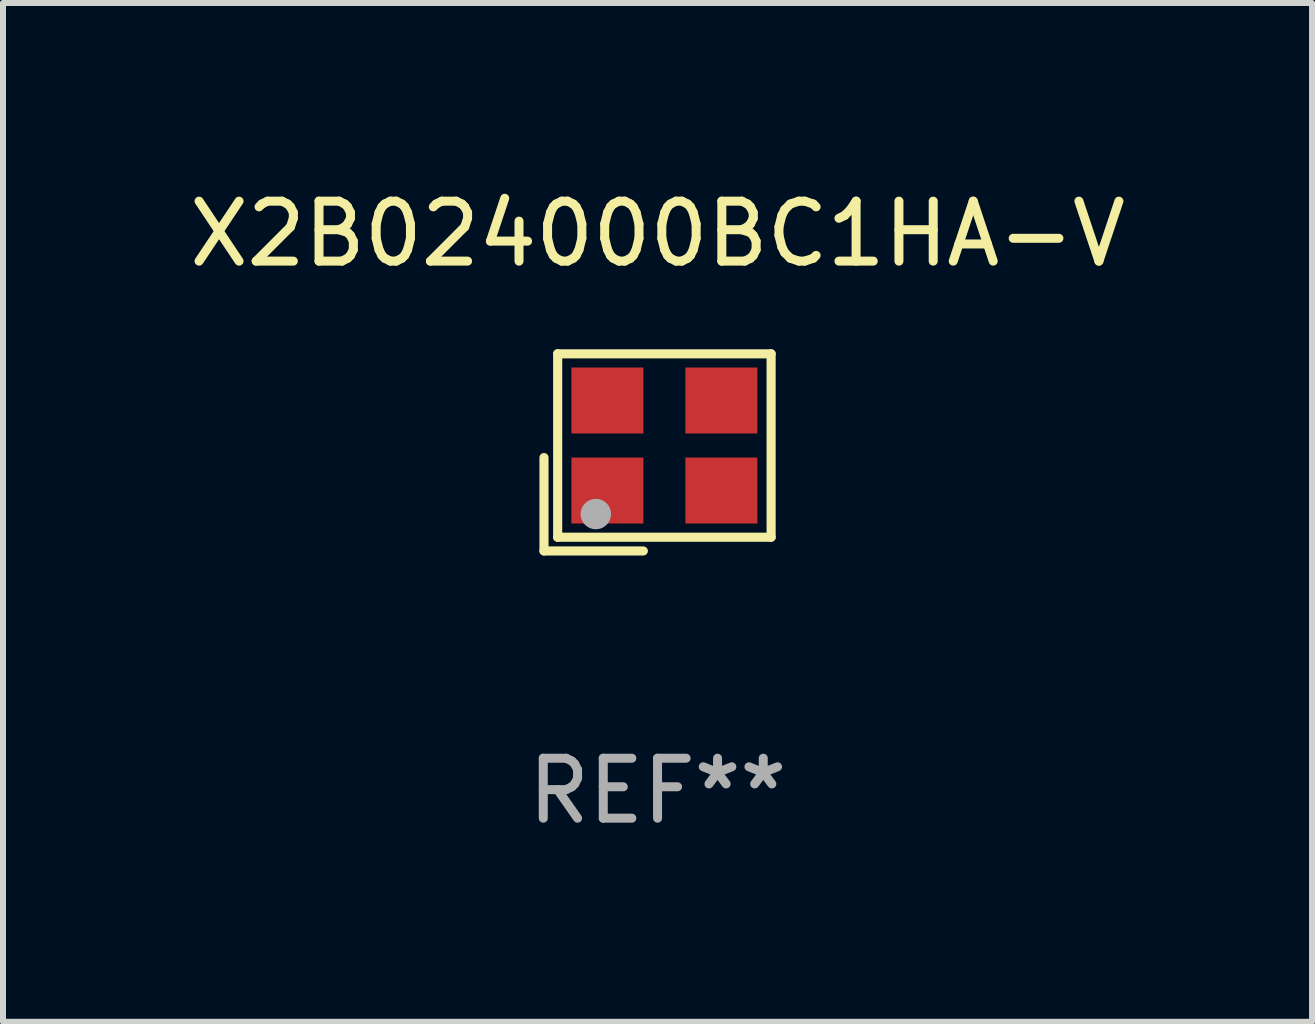
<source format=kicad_pcb>
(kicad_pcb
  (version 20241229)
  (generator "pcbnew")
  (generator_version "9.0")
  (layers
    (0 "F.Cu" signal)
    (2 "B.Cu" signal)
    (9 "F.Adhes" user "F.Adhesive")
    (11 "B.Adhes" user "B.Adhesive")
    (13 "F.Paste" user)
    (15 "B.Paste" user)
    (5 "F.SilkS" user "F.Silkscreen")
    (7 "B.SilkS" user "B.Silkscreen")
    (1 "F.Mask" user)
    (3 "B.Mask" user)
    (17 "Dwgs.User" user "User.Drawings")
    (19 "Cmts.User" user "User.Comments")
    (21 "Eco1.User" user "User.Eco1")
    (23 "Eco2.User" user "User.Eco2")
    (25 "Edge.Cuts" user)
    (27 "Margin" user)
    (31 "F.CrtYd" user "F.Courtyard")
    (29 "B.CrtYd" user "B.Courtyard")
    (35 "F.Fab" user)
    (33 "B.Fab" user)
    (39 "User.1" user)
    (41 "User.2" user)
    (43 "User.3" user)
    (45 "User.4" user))
  (footprint "X2B024000BC1HA-V"
    (layer "F.Cu")
    (at 7.911 4.491)
    (property "Reference" "X2B024000BC1HA-V" (at 0 -3.643 0) (layer "F.SilkS") (effects (font (size 1 1) (thickness 0.15))))
    (attr through_hole)
    (fp_line (start -1.893 0.086) (end -1.893 1.643) (stroke (width 0.152) (type solid)) (layer "F.SilkS"))
    (fp_line (start -1.893 1.643) (end -0.237 1.643) (stroke (width 0.152) (type solid)) (layer "F.SilkS"))
    (fp_line (start -1.665 -1.643) (end 1.893 -1.643) (stroke (width 0.152) (type solid)) (layer "F.SilkS"))
    (fp_line (start -1.665 1.414) (end -1.665 -1.643) (stroke (width 0.152) (type solid)) (layer "F.SilkS"))
    (fp_line (start 1.893 -1.643) (end 1.893 1.414) (stroke (width 0.152) (type solid)) (layer "F.SilkS"))
    (fp_line (start 1.893 1.414) (end -1.665 1.414) (stroke (width 0.152) (type solid)) (layer "F.SilkS"))
    (fp_circle (center -1.136 0.885) (end -1.106 0.885) (stroke (width 0.06) (type solid)) (fill no) (layer "F.SilkS"))
    (fp_circle (center -1.029 1.028) (end -0.902 1.028) (stroke (width 0.254) (type solid)) (fill no) (layer "F.Fab"))
    (fp_text user "REF**" (at 0 5.643 0) (layer "F.Fab") (effects (font (size 1 1) (thickness 0.15))))
    (pad "1" smd rect (at -0.836 0.636) (size 1.2 1.1) (layers "F.Cu" "F.Mask" "F.Paste"))
    (pad "2" smd rect (at 1.064 0.636) (size 1.2 1.1) (layers "F.Cu" "F.Mask" "F.Paste"))
    (pad "3" smd rect (at 1.064 -0.865) (size 1.2 1.1) (layers "F.Cu" "F.Mask" "F.Paste"))
    (pad "4" smd rect (at -0.836 -0.865) (size 1.2 1.1) (layers "F.Cu" "F.Mask" "F.Paste")))
  (gr_rect
    (start -3 -3)
    (end 18.821 13.983)
    (stroke (width 0.1) (type default))
    (fill no)
    (layer "Edge.Cuts")))
</source>
